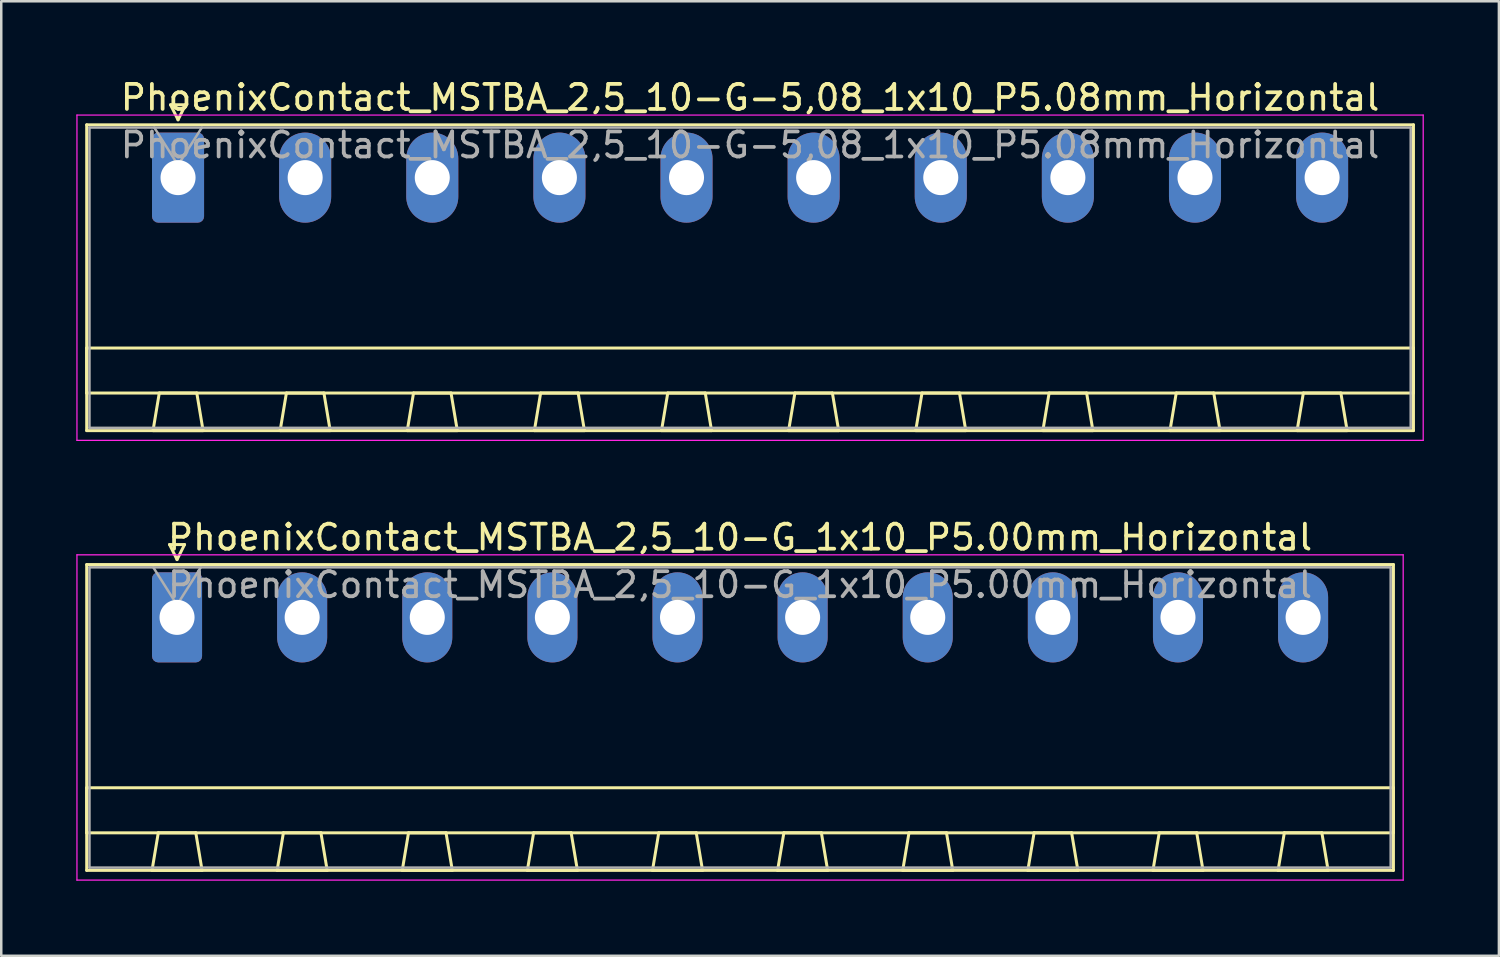
<source format=kicad_pcb>
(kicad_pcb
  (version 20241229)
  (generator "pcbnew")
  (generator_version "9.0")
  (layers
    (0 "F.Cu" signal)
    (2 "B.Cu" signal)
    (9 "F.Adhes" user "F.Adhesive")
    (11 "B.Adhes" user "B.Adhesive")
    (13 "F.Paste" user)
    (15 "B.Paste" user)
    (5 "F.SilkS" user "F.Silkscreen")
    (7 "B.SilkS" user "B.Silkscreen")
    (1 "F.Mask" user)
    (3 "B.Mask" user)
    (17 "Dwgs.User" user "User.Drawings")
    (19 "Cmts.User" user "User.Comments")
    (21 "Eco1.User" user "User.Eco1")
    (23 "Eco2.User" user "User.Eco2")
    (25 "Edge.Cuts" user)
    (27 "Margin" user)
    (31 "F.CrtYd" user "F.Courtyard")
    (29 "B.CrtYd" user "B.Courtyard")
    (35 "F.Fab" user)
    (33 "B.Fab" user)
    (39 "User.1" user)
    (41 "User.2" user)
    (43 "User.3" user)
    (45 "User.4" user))
  (footprint "PhoenixContact_MSTBA_2,5_10-G_1x10_P5.00mm_Horizontal"
    (layer "F.Cu")
    (at 4.025 21.622)
    (property "Reference" "PhoenixContact_MSTBA_2,5_10-G_1x10_P5.00mm_Horizontal" (at 22.5 -3.2 0) (layer "F.SilkS") (effects (font (size 1 1) (thickness 0.15))))
    (attr through_hole)
    (fp_line (start -3.61 -2.11) (end -3.61 10.11) (stroke (width 0.12) (type solid)) (layer "F.SilkS"))
    (fp_line (start -3.61 6.81) (end 48.61 6.81) (stroke (width 0.12) (type solid)) (layer "F.SilkS"))
    (fp_line (start -3.61 8.61) (end -3.61 6.81) (stroke (width 0.12) (type solid)) (layer "F.SilkS"))
    (fp_line (start -3.61 10.11) (end 48.61 10.11) (stroke (width 0.12) (type solid)) (layer "F.SilkS"))
    (fp_line (start -1 10.11) (end 1 10.11) (stroke (width 0.12) (type solid)) (layer "F.SilkS"))
    (fp_line (start -0.75 8.61) (end -1 10.11) (stroke (width 0.12) (type solid)) (layer "F.SilkS"))
    (fp_line (start -0.3 -2.91) (end 0.3 -2.91) (stroke (width 0.12) (type solid)) (layer "F.SilkS"))
    (fp_line (start 0 -2.31) (end -0.3 -2.91) (stroke (width 0.12) (type solid)) (layer "F.SilkS"))
    (fp_line (start 0.3 -2.91) (end 0 -2.31) (stroke (width 0.12) (type solid)) (layer "F.SilkS"))
    (fp_line (start 0.75 8.61) (end -0.75 8.61) (stroke (width 0.12) (type solid)) (layer "F.SilkS"))
    (fp_line (start 1 10.11) (end 0.75 8.61) (stroke (width 0.12) (type solid)) (layer "F.SilkS"))
    (fp_line (start 4 10.11) (end 6 10.11) (stroke (width 0.12) (type solid)) (layer "F.SilkS"))
    (fp_line (start 4.25 8.61) (end 4 10.11) (stroke (width 0.12) (type solid)) (layer "F.SilkS"))
    (fp_line (start 5.75 8.61) (end 4.25 8.61) (stroke (width 0.12) (type solid)) (layer "F.SilkS"))
    (fp_line (start 6 10.11) (end 5.75 8.61) (stroke (width 0.12) (type solid)) (layer "F.SilkS"))
    (fp_line (start 9 10.11) (end 11 10.11) (stroke (width 0.12) (type solid)) (layer "F.SilkS"))
    (fp_line (start 9.25 8.61) (end 9 10.11) (stroke (width 0.12) (type solid)) (layer "F.SilkS"))
    (fp_line (start 10.75 8.61) (end 9.25 8.61) (stroke (width 0.12) (type solid)) (layer "F.SilkS"))
    (fp_line (start 11 10.11) (end 10.75 8.61) (stroke (width 0.12) (type solid)) (layer "F.SilkS"))
    (fp_line (start 14 10.11) (end 16 10.11) (stroke (width 0.12) (type solid)) (layer "F.SilkS"))
    (fp_line (start 14.25 8.61) (end 14 10.11) (stroke (width 0.12) (type solid)) (layer "F.SilkS"))
    (fp_line (start 15.75 8.61) (end 14.25 8.61) (stroke (width 0.12) (type solid)) (layer "F.SilkS"))
    (fp_line (start 16 10.11) (end 15.75 8.61) (stroke (width 0.12) (type solid)) (layer "F.SilkS"))
    (fp_line (start 19 10.11) (end 21 10.11) (stroke (width 0.12) (type solid)) (layer "F.SilkS"))
    (fp_line (start 19.25 8.61) (end 19 10.11) (stroke (width 0.12) (type solid)) (layer "F.SilkS"))
    (fp_line (start 20.75 8.61) (end 19.25 8.61) (stroke (width 0.12) (type solid)) (layer "F.SilkS"))
    (fp_line (start 21 10.11) (end 20.75 8.61) (stroke (width 0.12) (type solid)) (layer "F.SilkS"))
    (fp_line (start 24 10.11) (end 26 10.11) (stroke (width 0.12) (type solid)) (layer "F.SilkS"))
    (fp_line (start 24.25 8.61) (end 24 10.11) (stroke (width 0.12) (type solid)) (layer "F.SilkS"))
    (fp_line (start 25.75 8.61) (end 24.25 8.61) (stroke (width 0.12) (type solid)) (layer "F.SilkS"))
    (fp_line (start 26 10.11) (end 25.75 8.61) (stroke (width 0.12) (type solid)) (layer "F.SilkS"))
    (fp_line (start 29 10.11) (end 31 10.11) (stroke (width 0.12) (type solid)) (layer "F.SilkS"))
    (fp_line (start 29.25 8.61) (end 29 10.11) (stroke (width 0.12) (type solid)) (layer "F.SilkS"))
    (fp_line (start 30.75 8.61) (end 29.25 8.61) (stroke (width 0.12) (type solid)) (layer "F.SilkS"))
    (fp_line (start 31 10.11) (end 30.75 8.61) (stroke (width 0.12) (type solid)) (layer "F.SilkS"))
    (fp_line (start 34 10.11) (end 36 10.11) (stroke (width 0.12) (type solid)) (layer "F.SilkS"))
    (fp_line (start 34.25 8.61) (end 34 10.11) (stroke (width 0.12) (type solid)) (layer "F.SilkS"))
    (fp_line (start 35.75 8.61) (end 34.25 8.61) (stroke (width 0.12) (type solid)) (layer "F.SilkS"))
    (fp_line (start 36 10.11) (end 35.75 8.61) (stroke (width 0.12) (type solid)) (layer "F.SilkS"))
    (fp_line (start 39 10.11) (end 41 10.11) (stroke (width 0.12) (type solid)) (layer "F.SilkS"))
    (fp_line (start 39.25 8.61) (end 39 10.11) (stroke (width 0.12) (type solid)) (layer "F.SilkS"))
    (fp_line (start 40.75 8.61) (end 39.25 8.61) (stroke (width 0.12) (type solid)) (layer "F.SilkS"))
    (fp_line (start 41 10.11) (end 40.75 8.61) (stroke (width 0.12) (type solid)) (layer "F.SilkS"))
    (fp_line (start 44 10.11) (end 46 10.11) (stroke (width 0.12) (type solid)) (layer "F.SilkS"))
    (fp_line (start 44.25 8.61) (end 44 10.11) (stroke (width 0.12) (type solid)) (layer "F.SilkS"))
    (fp_line (start 45.75 8.61) (end 44.25 8.61) (stroke (width 0.12) (type solid)) (layer "F.SilkS"))
    (fp_line (start 46 10.11) (end 45.75 8.61) (stroke (width 0.12) (type solid)) (layer "F.SilkS"))
    (fp_line (start 48.61 -2.11) (end -3.61 -2.11) (stroke (width 0.12) (type solid)) (layer "F.SilkS"))
    (fp_line (start 48.61 6.81) (end 48.61 8.61) (stroke (width 0.12) (type solid)) (layer "F.SilkS"))
    (fp_line (start 48.61 8.61) (end -3.61 8.61) (stroke (width 0.12) (type solid)) (layer "F.SilkS"))
    (fp_line (start 48.61 10.11) (end 48.61 -2.11) (stroke (width 0.12) (type solid)) (layer "F.SilkS"))
    (fp_line (start -4 -2.5) (end -4 10.5) (stroke (width 0.05) (type solid)) (layer "F.CrtYd"))
    (fp_line (start -4 10.5) (end 49 10.5) (stroke (width 0.05) (type solid)) (layer "F.CrtYd"))
    (fp_line (start 49 -2.5) (end -4 -2.5) (stroke (width 0.05) (type solid)) (layer "F.CrtYd"))
    (fp_line (start 49 10.5) (end 49 -2.5) (stroke (width 0.05) (type solid)) (layer "F.CrtYd"))
    (fp_line (start -3.5 -2) (end -3.5 10) (stroke (width 0.1) (type solid)) (layer "F.Fab"))
    (fp_line (start -3.5 10) (end 48.5 10) (stroke (width 0.1) (type solid)) (layer "F.Fab"))
    (fp_line (start 0 -0.5) (end -0.95 -2) (stroke (width 0.1) (type solid)) (layer "F.Fab"))
    (fp_line (start 0.95 -2) (end 0 -0.5) (stroke (width 0.1) (type solid)) (layer "F.Fab"))
    (fp_line (start 48.5 -2) (end -3.5 -2) (stroke (width 0.1) (type solid)) (layer "F.Fab"))
    (fp_line (start 48.5 10) (end 48.5 -2) (stroke (width 0.1) (type solid)) (layer "F.Fab"))
    (fp_text user "${REFERENCE}" (at 22.5 -1.3 0) (layer "F.Fab") (effects (font (size 1 1) (thickness 0.15))))
    (pad "1" thru_hole roundrect (at 0 0) (size 2 3.6) (drill 1.4) (layers "*.Cu" "*.Mask") (roundrect_rratio 0.125))
    (pad "2" thru_hole oval (at 5 0) (size 2 3.6) (drill 1.4) (layers "*.Cu" "*.Mask"))
    (pad "3" thru_hole oval (at 10 0) (size 2 3.6) (drill 1.4) (layers "*.Cu" "*.Mask"))
    (pad "4" thru_hole oval (at 15 0) (size 2 3.6) (drill 1.4) (layers "*.Cu" "*.Mask"))
    (pad "5" thru_hole oval (at 20 0) (size 2 3.6) (drill 1.4) (layers "*.Cu" "*.Mask"))
    (pad "6" thru_hole oval (at 25 0) (size 2 3.6) (drill 1.4) (layers "*.Cu" "*.Mask"))
    (pad "7" thru_hole oval (at 30 0) (size 2 3.6) (drill 1.4) (layers "*.Cu" "*.Mask"))
    (pad "8" thru_hole oval (at 35 0) (size 2 3.6) (drill 1.4) (layers "*.Cu" "*.Mask"))
    (pad "9" thru_hole oval (at 40 0) (size 2 3.6) (drill 1.4) (layers "*.Cu" "*.Mask"))
    (pad "10" thru_hole oval (at 45 0) (size 2 3.6) (drill 1.4) (layers "*.Cu" "*.Mask")))
  (footprint "PhoenixContact_MSTBA_2,5_10-G-5,08_1x10_P5.08mm_Horizontal"
    (layer "F.Cu")
    (at 4.065 4.048)
    (property "Reference" "PhoenixContact_MSTBA_2,5_10-G-5,08_1x10_P5.08mm_Horizontal" (at 22.86 -3.2 0) (layer "F.SilkS") (effects (font (size 1 1) (thickness 0.15))))
    (attr through_hole)
    (fp_line (start -3.65 -2.11) (end -3.65 10.11) (stroke (width 0.12) (type solid)) (layer "F.SilkS"))
    (fp_line (start -3.65 6.81) (end 49.37 6.81) (stroke (width 0.12) (type solid)) (layer "F.SilkS"))
    (fp_line (start -3.65 8.61) (end -3.65 6.81) (stroke (width 0.12) (type solid)) (layer "F.SilkS"))
    (fp_line (start -3.65 10.11) (end 49.37 10.11) (stroke (width 0.12) (type solid)) (layer "F.SilkS"))
    (fp_line (start -1 10.11) (end 1 10.11) (stroke (width 0.12) (type solid)) (layer "F.SilkS"))
    (fp_line (start -0.75 8.61) (end -1 10.11) (stroke (width 0.12) (type solid)) (layer "F.SilkS"))
    (fp_line (start -0.3 -2.91) (end 0.3 -2.91) (stroke (width 0.12) (type solid)) (layer "F.SilkS"))
    (fp_line (start 0 -2.31) (end -0.3 -2.91) (stroke (width 0.12) (type solid)) (layer "F.SilkS"))
    (fp_line (start 0.3 -2.91) (end 0 -2.31) (stroke (width 0.12) (type solid)) (layer "F.SilkS"))
    (fp_line (start 0.75 8.61) (end -0.75 8.61) (stroke (width 0.12) (type solid)) (layer "F.SilkS"))
    (fp_line (start 1 10.11) (end 0.75 8.61) (stroke (width 0.12) (type solid)) (layer "F.SilkS"))
    (fp_line (start 4.08 10.11) (end 6.08 10.11) (stroke (width 0.12) (type solid)) (layer "F.SilkS"))
    (fp_line (start 4.33 8.61) (end 4.08 10.11) (stroke (width 0.12) (type solid)) (layer "F.SilkS"))
    (fp_line (start 5.83 8.61) (end 4.33 8.61) (stroke (width 0.12) (type solid)) (layer "F.SilkS"))
    (fp_line (start 6.08 10.11) (end 5.83 8.61) (stroke (width 0.12) (type solid)) (layer "F.SilkS"))
    (fp_line (start 9.16 10.11) (end 11.16 10.11) (stroke (width 0.12) (type solid)) (layer "F.SilkS"))
    (fp_line (start 9.41 8.61) (end 9.16 10.11) (stroke (width 0.12) (type solid)) (layer "F.SilkS"))
    (fp_line (start 10.91 8.61) (end 9.41 8.61) (stroke (width 0.12) (type solid)) (layer "F.SilkS"))
    (fp_line (start 11.16 10.11) (end 10.91 8.61) (stroke (width 0.12) (type solid)) (layer "F.SilkS"))
    (fp_line (start 14.24 10.11) (end 16.24 10.11) (stroke (width 0.12) (type solid)) (layer "F.SilkS"))
    (fp_line (start 14.49 8.61) (end 14.24 10.11) (stroke (width 0.12) (type solid)) (layer "F.SilkS"))
    (fp_line (start 15.99 8.61) (end 14.49 8.61) (stroke (width 0.12) (type solid)) (layer "F.SilkS"))
    (fp_line (start 16.24 10.11) (end 15.99 8.61) (stroke (width 0.12) (type solid)) (layer "F.SilkS"))
    (fp_line (start 19.32 10.11) (end 21.32 10.11) (stroke (width 0.12) (type solid)) (layer "F.SilkS"))
    (fp_line (start 19.57 8.61) (end 19.32 10.11) (stroke (width 0.12) (type solid)) (layer "F.SilkS"))
    (fp_line (start 21.07 8.61) (end 19.57 8.61) (stroke (width 0.12) (type solid)) (layer "F.SilkS"))
    (fp_line (start 21.32 10.11) (end 21.07 8.61) (stroke (width 0.12) (type solid)) (layer "F.SilkS"))
    (fp_line (start 24.4 10.11) (end 26.4 10.11) (stroke (width 0.12) (type solid)) (layer "F.SilkS"))
    (fp_line (start 24.65 8.61) (end 24.4 10.11) (stroke (width 0.12) (type solid)) (layer "F.SilkS"))
    (fp_line (start 26.15 8.61) (end 24.65 8.61) (stroke (width 0.12) (type solid)) (layer "F.SilkS"))
    (fp_line (start 26.4 10.11) (end 26.15 8.61) (stroke (width 0.12) (type solid)) (layer "F.SilkS"))
    (fp_line (start 29.48 10.11) (end 31.48 10.11) (stroke (width 0.12) (type solid)) (layer "F.SilkS"))
    (fp_line (start 29.73 8.61) (end 29.48 10.11) (stroke (width 0.12) (type solid)) (layer "F.SilkS"))
    (fp_line (start 31.23 8.61) (end 29.73 8.61) (stroke (width 0.12) (type solid)) (layer "F.SilkS"))
    (fp_line (start 31.48 10.11) (end 31.23 8.61) (stroke (width 0.12) (type solid)) (layer "F.SilkS"))
    (fp_line (start 34.56 10.11) (end 36.56 10.11) (stroke (width 0.12) (type solid)) (layer "F.SilkS"))
    (fp_line (start 34.81 8.61) (end 34.56 10.11) (stroke (width 0.12) (type solid)) (layer "F.SilkS"))
    (fp_line (start 36.31 8.61) (end 34.81 8.61) (stroke (width 0.12) (type solid)) (layer "F.SilkS"))
    (fp_line (start 36.56 10.11) (end 36.31 8.61) (stroke (width 0.12) (type solid)) (layer "F.SilkS"))
    (fp_line (start 39.64 10.11) (end 41.64 10.11) (stroke (width 0.12) (type solid)) (layer "F.SilkS"))
    (fp_line (start 39.89 8.61) (end 39.64 10.11) (stroke (width 0.12) (type solid)) (layer "F.SilkS"))
    (fp_line (start 41.39 8.61) (end 39.89 8.61) (stroke (width 0.12) (type solid)) (layer "F.SilkS"))
    (fp_line (start 41.64 10.11) (end 41.39 8.61) (stroke (width 0.12) (type solid)) (layer "F.SilkS"))
    (fp_line (start 44.72 10.11) (end 46.72 10.11) (stroke (width 0.12) (type solid)) (layer "F.SilkS"))
    (fp_line (start 44.97 8.61) (end 44.72 10.11) (stroke (width 0.12) (type solid)) (layer "F.SilkS"))
    (fp_line (start 46.47 8.61) (end 44.97 8.61) (stroke (width 0.12) (type solid)) (layer "F.SilkS"))
    (fp_line (start 46.72 10.11) (end 46.47 8.61) (stroke (width 0.12) (type solid)) (layer "F.SilkS"))
    (fp_line (start 49.37 -2.11) (end -3.65 -2.11) (stroke (width 0.12) (type solid)) (layer "F.SilkS"))
    (fp_line (start 49.37 6.81) (end 49.37 8.61) (stroke (width 0.12) (type solid)) (layer "F.SilkS"))
    (fp_line (start 49.37 8.61) (end -3.65 8.61) (stroke (width 0.12) (type solid)) (layer "F.SilkS"))
    (fp_line (start 49.37 10.11) (end 49.37 -2.11) (stroke (width 0.12) (type solid)) (layer "F.SilkS"))
    (fp_line (start -4.04 -2.5) (end -4.04 10.5) (stroke (width 0.05) (type solid)) (layer "F.CrtYd"))
    (fp_line (start -4.04 10.5) (end 49.76 10.5) (stroke (width 0.05) (type solid)) (layer "F.CrtYd"))
    (fp_line (start 49.76 -2.5) (end -4.04 -2.5) (stroke (width 0.05) (type solid)) (layer "F.CrtYd"))
    (fp_line (start 49.76 10.5) (end 49.76 -2.5) (stroke (width 0.05) (type solid)) (layer "F.CrtYd"))
    (fp_line (start -3.54 -2) (end -3.54 10) (stroke (width 0.1) (type solid)) (layer "F.Fab"))
    (fp_line (start -3.54 10) (end 49.26 10) (stroke (width 0.1) (type solid)) (layer "F.Fab"))
    (fp_line (start 0 -0.5) (end -0.95 -2) (stroke (width 0.1) (type solid)) (layer "F.Fab"))
    (fp_line (start 0.95 -2) (end 0 -0.5) (stroke (width 0.1) (type solid)) (layer "F.Fab"))
    (fp_line (start 49.26 -2) (end -3.54 -2) (stroke (width 0.1) (type solid)) (layer "F.Fab"))
    (fp_line (start 49.26 10) (end 49.26 -2) (stroke (width 0.1) (type solid)) (layer "F.Fab"))
    (fp_text user "${REFERENCE}" (at 22.86 -1.3 0) (layer "F.Fab") (effects (font (size 1 1) (thickness 0.15))))
    (pad "1" thru_hole roundrect (at 0 0) (size 2.08 3.6) (drill 1.4) (layers "*.Cu" "*.Mask") (roundrect_rratio 0.12))
    (pad "2" thru_hole oval (at 5.08 0) (size 2.08 3.6) (drill 1.4) (layers "*.Cu" "*.Mask"))
    (pad "3" thru_hole oval (at 10.16 0) (size 2.08 3.6) (drill 1.4) (layers "*.Cu" "*.Mask"))
    (pad "4" thru_hole oval (at 15.24 0) (size 2.08 3.6) (drill 1.4) (layers "*.Cu" "*.Mask"))
    (pad "5" thru_hole oval (at 20.32 0) (size 2.08 3.6) (drill 1.4) (layers "*.Cu" "*.Mask"))
    (pad "6" thru_hole oval (at 25.4 0) (size 2.08 3.6) (drill 1.4) (layers "*.Cu" "*.Mask"))
    (pad "7" thru_hole oval (at 30.48 0) (size 2.08 3.6) (drill 1.4) (layers "*.Cu" "*.Mask"))
    (pad "8" thru_hole oval (at 35.56 0) (size 2.08 3.6) (drill 1.4) (layers "*.Cu" "*.Mask"))
    (pad "9" thru_hole oval (at 40.64 0) (size 2.08 3.6) (drill 1.4) (layers "*.Cu" "*.Mask"))
    (pad "10" thru_hole oval (at 45.72 0) (size 2.08 3.6) (drill 1.4) (layers "*.Cu" "*.Mask")))
  (gr_rect
    (start -3 -3)
    (end 56.85 35.147)
    (stroke (width 0.1) (type default))
    (fill no)
    (layer "Edge.Cuts")))
</source>
